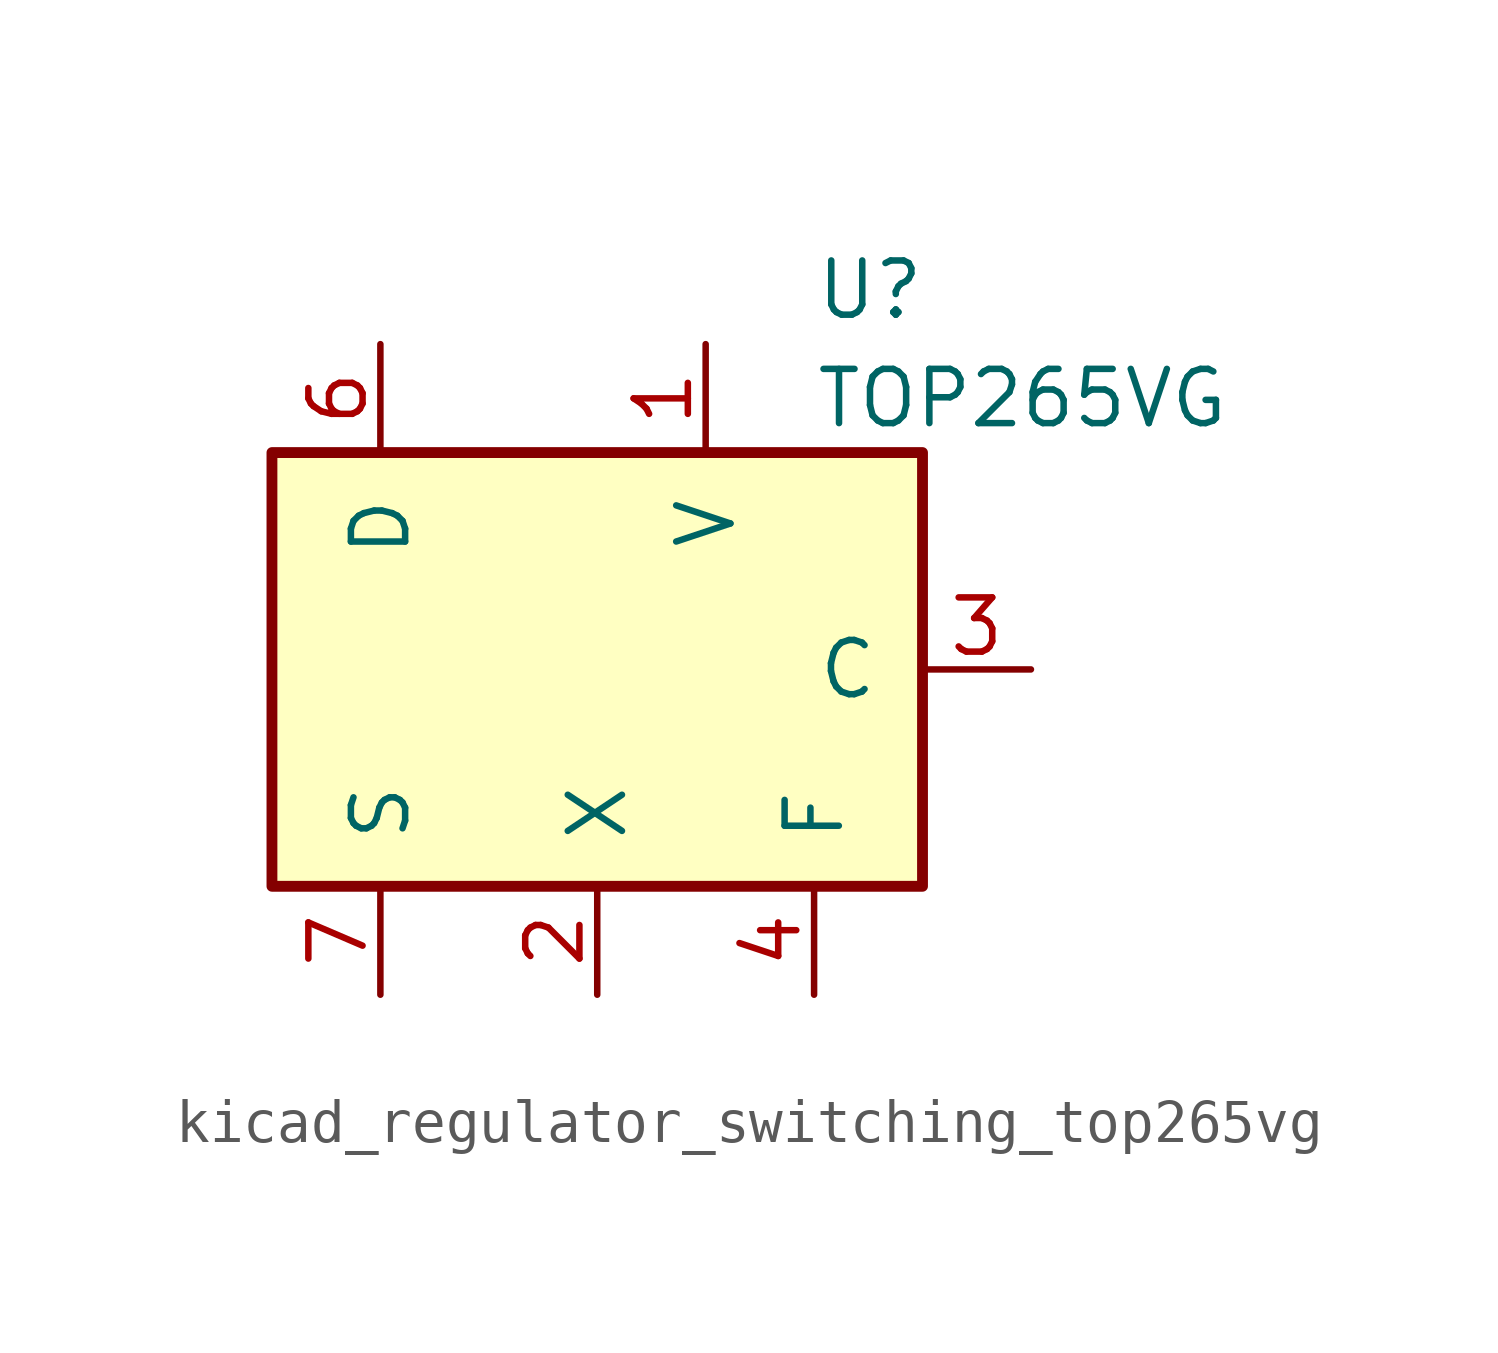
<source format=kicad_sym>
(kicad_symbol_lib
  (version 20220914)
  (generator kicad_symbol_editor)
  (symbol "kicad_regulator_switching_top265vg"
    (pin_names
      (offset 1.016))
    (property "Reference" "U"
      (at 5.08 8.89 0)
      (effects (font (size 1.27 1.27)) (justify left)))
    (property "Value" "TOP265VG"
      (at 5.08 6.35 0)
      (effects (font (size 1.27 1.27)) (justify left)))
    (symbol "kicad_regulator_switching_top265vg_0_1"
      (rectangle (start -7.62 5.08) (end 7.62 -5.08) (stroke (width 0.254) (type default)) (fill (type background))))
    (symbol "kicad_regulator_switching_top265vg_1_1"
      (pin input line (at 2.54 7.62 270) (length 2.54) (name "V" (effects (font (size 1.27 1.27)))) (number "1" (effects (font (size 1.27 1.27)))))
      (pin passive line (at -5.08 -7.62 90) (length 2.54) hide (name "S" (effects (font (size 1.27 1.27)))) (number "10" (effects (font (size 1.27 1.27)))))
      (pin passive line (at -5.08 -7.62 90) (length 2.54) hide (name "S" (effects (font (size 1.27 1.27)))) (number "11" (effects (font (size 1.27 1.27)))))
      (pin passive line (at -5.08 -7.62 90) (length 2.54) hide (name "S" (effects (font (size 1.27 1.27)))) (number "12" (effects (font (size 1.27 1.27)))))
      (pin input line (at 0 -7.62 90) (length 2.54) (name "X" (effects (font (size 1.27 1.27)))) (number "2" (effects (font (size 1.27 1.27)))))
      (pin input line (at 10.16 0 180) (length 2.54) (name "C" (effects (font (size 1.27 1.27)))) (number "3" (effects (font (size 1.27 1.27)))))
      (pin passive line (at 5.08 -7.62 90) (length 2.54) (name "F" (effects (font (size 1.27 1.27)))) (number "4" (effects (font (size 1.27 1.27)))))
      (pin open_collector line (at -5.08 7.62 270) (length 2.54) (name "D" (effects (font (size 1.27 1.27)))) (number "6" (effects (font (size 1.27 1.27)))))
      (pin power_in line (at -5.08 -7.62 90) (length 2.54) (name "S" (effects (font (size 1.27 1.27)))) (number "7" (effects (font (size 1.27 1.27)))))
      (pin passive line (at -5.08 -7.62 90) (length 2.54) hide (name "S" (effects (font (size 1.27 1.27)))) (number "8" (effects (font (size 1.27 1.27)))))
      (pin passive line (at -5.08 -7.62 90) (length 2.54) hide (name "S" (effects (font (size 1.27 1.27)))) (number "9" (effects (font (size 1.27 1.27))))))))
</source>
